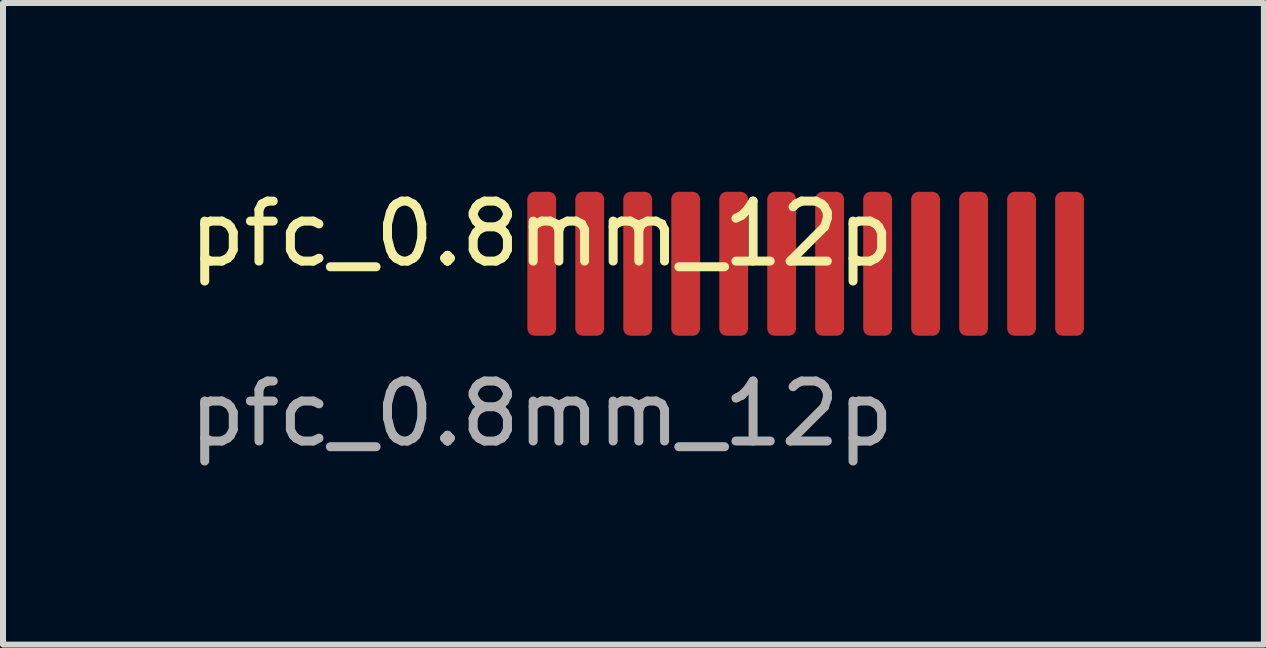
<source format=kicad_pcb>
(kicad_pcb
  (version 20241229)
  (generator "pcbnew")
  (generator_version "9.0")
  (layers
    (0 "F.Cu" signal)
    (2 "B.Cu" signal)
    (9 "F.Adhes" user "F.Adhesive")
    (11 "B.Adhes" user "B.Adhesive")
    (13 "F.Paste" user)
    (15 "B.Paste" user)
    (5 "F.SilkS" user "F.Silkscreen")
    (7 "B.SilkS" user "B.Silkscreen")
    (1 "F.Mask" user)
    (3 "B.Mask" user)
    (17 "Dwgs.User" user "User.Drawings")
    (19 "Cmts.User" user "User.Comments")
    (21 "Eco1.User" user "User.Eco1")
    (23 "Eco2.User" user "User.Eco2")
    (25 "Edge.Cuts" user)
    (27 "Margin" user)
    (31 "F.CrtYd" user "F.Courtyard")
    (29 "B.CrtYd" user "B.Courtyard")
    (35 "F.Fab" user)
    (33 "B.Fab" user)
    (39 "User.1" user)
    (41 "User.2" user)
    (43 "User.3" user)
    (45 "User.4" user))
  (footprint "pfc_0.8mm_12p"
    (layer "F.Cu")
    (at 5.982 1.348)
    (property "Reference" "pfc_0.8mm_12p" (at 0 -0.5 0) (unlocked yes) (layer "F.SilkS") (effects (font (size 1 1) (thickness 0.15))))
    (attr smd)
    (fp_text user "${REFERENCE}" (at 0 2.5 0) (unlocked yes) (layer "F.Fab") (effects (font (size 1 1) (thickness 0.15))))
    (pad "1" smd roundrect (at 0 0) (size 0.48 2.4) (layers "F.Cu" "F.Mask" "F.Paste") (roundrect_rratio 0.25))
    (pad "2" smd roundrect (at 0.8 0) (size 0.48 2.4) (layers "F.Cu" "F.Mask" "F.Paste") (roundrect_rratio 0.25))
    (pad "3" smd roundrect (at 1.6 0) (size 0.48 2.4) (layers "F.Cu" "F.Mask" "F.Paste") (roundrect_rratio 0.25))
    (pad "4" smd roundrect (at 2.4 0) (size 0.48 2.4) (layers "F.Cu" "F.Mask" "F.Paste") (roundrect_rratio 0.25))
    (pad "5" smd roundrect (at 3.2 0) (size 0.48 2.4) (layers "F.Cu" "F.Mask" "F.Paste") (roundrect_rratio 0.25))
    (pad "6" smd roundrect (at 4 0) (size 0.48 2.4) (layers "F.Cu" "F.Mask" "F.Paste") (roundrect_rratio 0.25))
    (pad "7" smd roundrect (at 4.8 0) (size 0.48 2.4) (layers "F.Cu" "F.Mask" "F.Paste") (roundrect_rratio 0.25))
    (pad "8" smd roundrect (at 5.6 0) (size 0.48 2.4) (layers "F.Cu" "F.Mask" "F.Paste") (roundrect_rratio 0.25))
    (pad "9" smd roundrect (at 6.4 0) (size 0.48 2.4) (layers "F.Cu" "F.Mask" "F.Paste") (roundrect_rratio 0.25))
    (pad "10" smd roundrect (at 7.2 0) (size 0.48 2.4) (layers "F.Cu" "F.Mask" "F.Paste") (roundrect_rratio 0.25))
    (pad "11" smd roundrect (at 8 0) (size 0.48 2.4) (layers "F.Cu" "F.Mask" "F.Paste") (roundrect_rratio 0.25))
    (pad "12" smd roundrect (at 8.8 0) (size 0.48 2.4) (layers "F.Cu" "F.Mask" "F.Paste") (roundrect_rratio 0.25)))
  (gr_rect
    (start -3 -3)
    (end 18.022 7.697)
    (stroke (width 0.1) (type default))
    (fill no)
    (layer "Edge.Cuts")))
</source>
